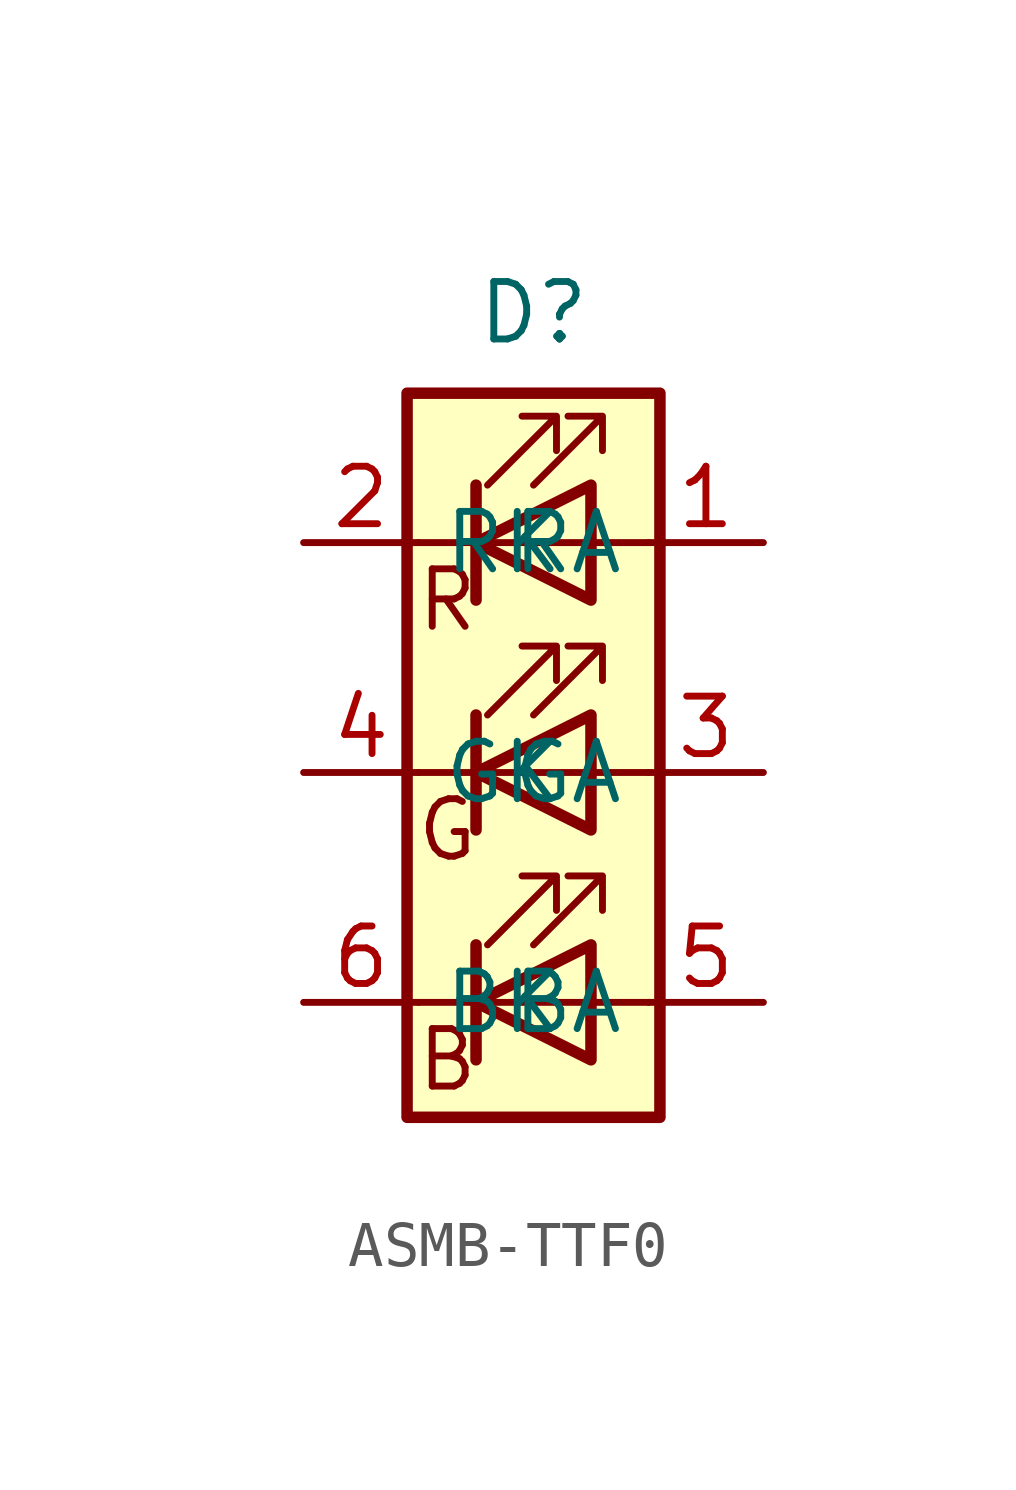
<source format=kicad_sym>
(kicad_symbol_lib
  (version 20220914)
  (generator kicad_symbol_editor)
  (symbol "ASMB-TTF0"
    (property "Reference" "D"
      (at 0 10.16 0)
      (effects (font (size 1.27 1.27))))
    (property "Value" ""
      (at -6.35 0 0)
      (effects (font (size 1.27 1.27))))
    (symbol "ASMB-TTF0_0_0"
      (text "B" (at -1.905 -6.35 0) (effects (font (size 1.27 1.27))))
      (text "G" (at -1.905 -1.27 0) (effects (font (size 1.27 1.27))))
      (text "R" (at -1.905 3.81 0) (effects (font (size 1.27 1.27)))))
    (symbol "ASMB-TTF0_0_1"
      (polyline (pts (xy -1.27 -5.08) (xy -2.54 -5.08)) (stroke (width 0) (type default)) (fill (type none)))
      (polyline (pts (xy -1.27 -5.08) (xy 1.27 -5.08)) (stroke (width 0) (type default)) (fill (type none)))
      (polyline (pts (xy -1.27 -3.81) (xy -1.27 -6.35)) (stroke (width 0.254) (type default)) (fill (type none)))
      (polyline (pts (xy -1.27 0) (xy -2.54 0)) (stroke (width 0) (type default)) (fill (type none)))
      (polyline (pts (xy -1.27 1.27) (xy -1.27 -1.27)) (stroke (width 0.254) (type default)) (fill (type none)))
      (polyline (pts (xy -1.27 5.08) (xy -2.54 5.08)) (stroke (width 0) (type default)) (fill (type none)))
      (polyline (pts (xy -1.27 5.08) (xy 1.27 5.08)) (stroke (width 0) (type default)) (fill (type none)))
      (polyline (pts (xy -1.27 6.35) (xy -1.27 3.81)) (stroke (width 0.254) (type default)) (fill (type none)))
      (polyline (pts (xy 1.27 -5.08) (xy 2.54 -5.08)) (stroke (width 0) (type default)) (fill (type none)))
      (polyline (pts (xy 1.27 0) (xy -1.27 0)) (stroke (width 0) (type default)) (fill (type none)))
      (polyline (pts (xy 1.27 0) (xy 2.54 0)) (stroke (width 0) (type default)) (fill (type none)))
      (polyline (pts (xy 1.27 5.08) (xy 2.54 5.08)) (stroke (width 0) (type default)) (fill (type none)))
      (polyline (pts (xy -1.27 1.27) (xy -1.27 -1.27) (xy -1.27 -1.27)) (stroke (width 0) (type default)) (fill (type none)))
      (polyline (pts (xy -1.27 6.35) (xy -1.27 3.81) (xy -1.27 3.81)) (stroke (width 0) (type default)) (fill (type none)))
      (polyline (pts (xy 1.27 -3.81) (xy 1.27 -6.35) (xy -1.27 -5.08) (xy 1.27 -3.81)) (stroke (width 0.254) (type default)) (fill (type none)))
      (polyline (pts (xy 1.27 1.27) (xy 1.27 -1.27) (xy -1.27 0) (xy 1.27 1.27)) (stroke (width 0.254) (type default)) (fill (type none)))
      (polyline (pts (xy 1.27 6.35) (xy 1.27 3.81) (xy -1.27 5.08) (xy 1.27 6.35)) (stroke (width 0.254) (type default)) (fill (type none)))
      (polyline (pts (xy -1.016 -3.81) (xy 0.508 -2.286) (xy -0.254 -2.286) (xy 0.508 -2.286) (xy 0.508 -3.048)) (stroke (width 0) (type default)) (fill (type none)))
      (polyline (pts (xy -1.016 1.27) (xy 0.508 2.794) (xy -0.254 2.794) (xy 0.508 2.794) (xy 0.508 2.032)) (stroke (width 0) (type default)) (fill (type none)))
      (polyline (pts (xy -1.016 6.35) (xy 0.508 7.874) (xy -0.254 7.874) (xy 0.508 7.874) (xy 0.508 7.112)) (stroke (width 0) (type default)) (fill (type none)))
      (polyline (pts (xy 0 -3.81) (xy 1.524 -2.286) (xy 0.762 -2.286) (xy 1.524 -2.286) (xy 1.524 -3.048)) (stroke (width 0) (type default)) (fill (type none)))
      (polyline (pts (xy 0 1.27) (xy 1.524 2.794) (xy 0.762 2.794) (xy 1.524 2.794) (xy 1.524 2.032)) (stroke (width 0) (type default)) (fill (type none)))
      (polyline (pts (xy 0 6.35) (xy 1.524 7.874) (xy 0.762 7.874) (xy 1.524 7.874) (xy 1.524 7.112)) (stroke (width 0) (type default)) (fill (type none)))
      (rectangle (start 1.27 -1.27) (end 1.27 1.27) (stroke (width 0) (type default)) (fill (type none)))
      (rectangle (start 1.27 1.27) (end 1.27 1.27) (stroke (width 0) (type default)) (fill (type none)))
      (rectangle (start 1.27 3.81) (end 1.27 6.35) (stroke (width 0) (type default)) (fill (type none)))
      (rectangle (start 1.27 6.35) (end 1.27 6.35) (stroke (width 0) (type default)) (fill (type none)))
      (rectangle (start 2.794 8.382) (end -2.794 -7.62) (stroke (width 0.254) (type default)) (fill (type background))))
    (symbol "ASMB-TTF0_1_1"
      (pin passive line (at 5.08 5.08 180) (length 2.54) (name "RA" (effects (font (size 1.27 1.27)))) (number "1" (effects (font (size 1.27 1.27)))))
      (pin passive line (at -5.08 5.08 0) (length 2.54) (name "RK" (effects (font (size 1.27 1.27)))) (number "2" (effects (font (size 1.27 1.27)))))
      (pin passive line (at 5.08 0 180) (length 2.54) (name "GA" (effects (font (size 1.27 1.27)))) (number "3" (effects (font (size 1.27 1.27)))))
      (pin passive line (at -5.08 0 0) (length 2.54) (name "GK" (effects (font (size 1.27 1.27)))) (number "4" (effects (font (size 1.27 1.27)))))
      (pin passive line (at 5.08 -5.08 180) (length 2.54) (name "BA" (effects (font (size 1.27 1.27)))) (number "5" (effects (font (size 1.27 1.27)))))
      (pin passive line (at -5.08 -5.08 0) (length 2.54) (name "BK" (effects (font (size 1.27 1.27)))) (number "6" (effects (font (size 1.27 1.27))))))))
</source>
